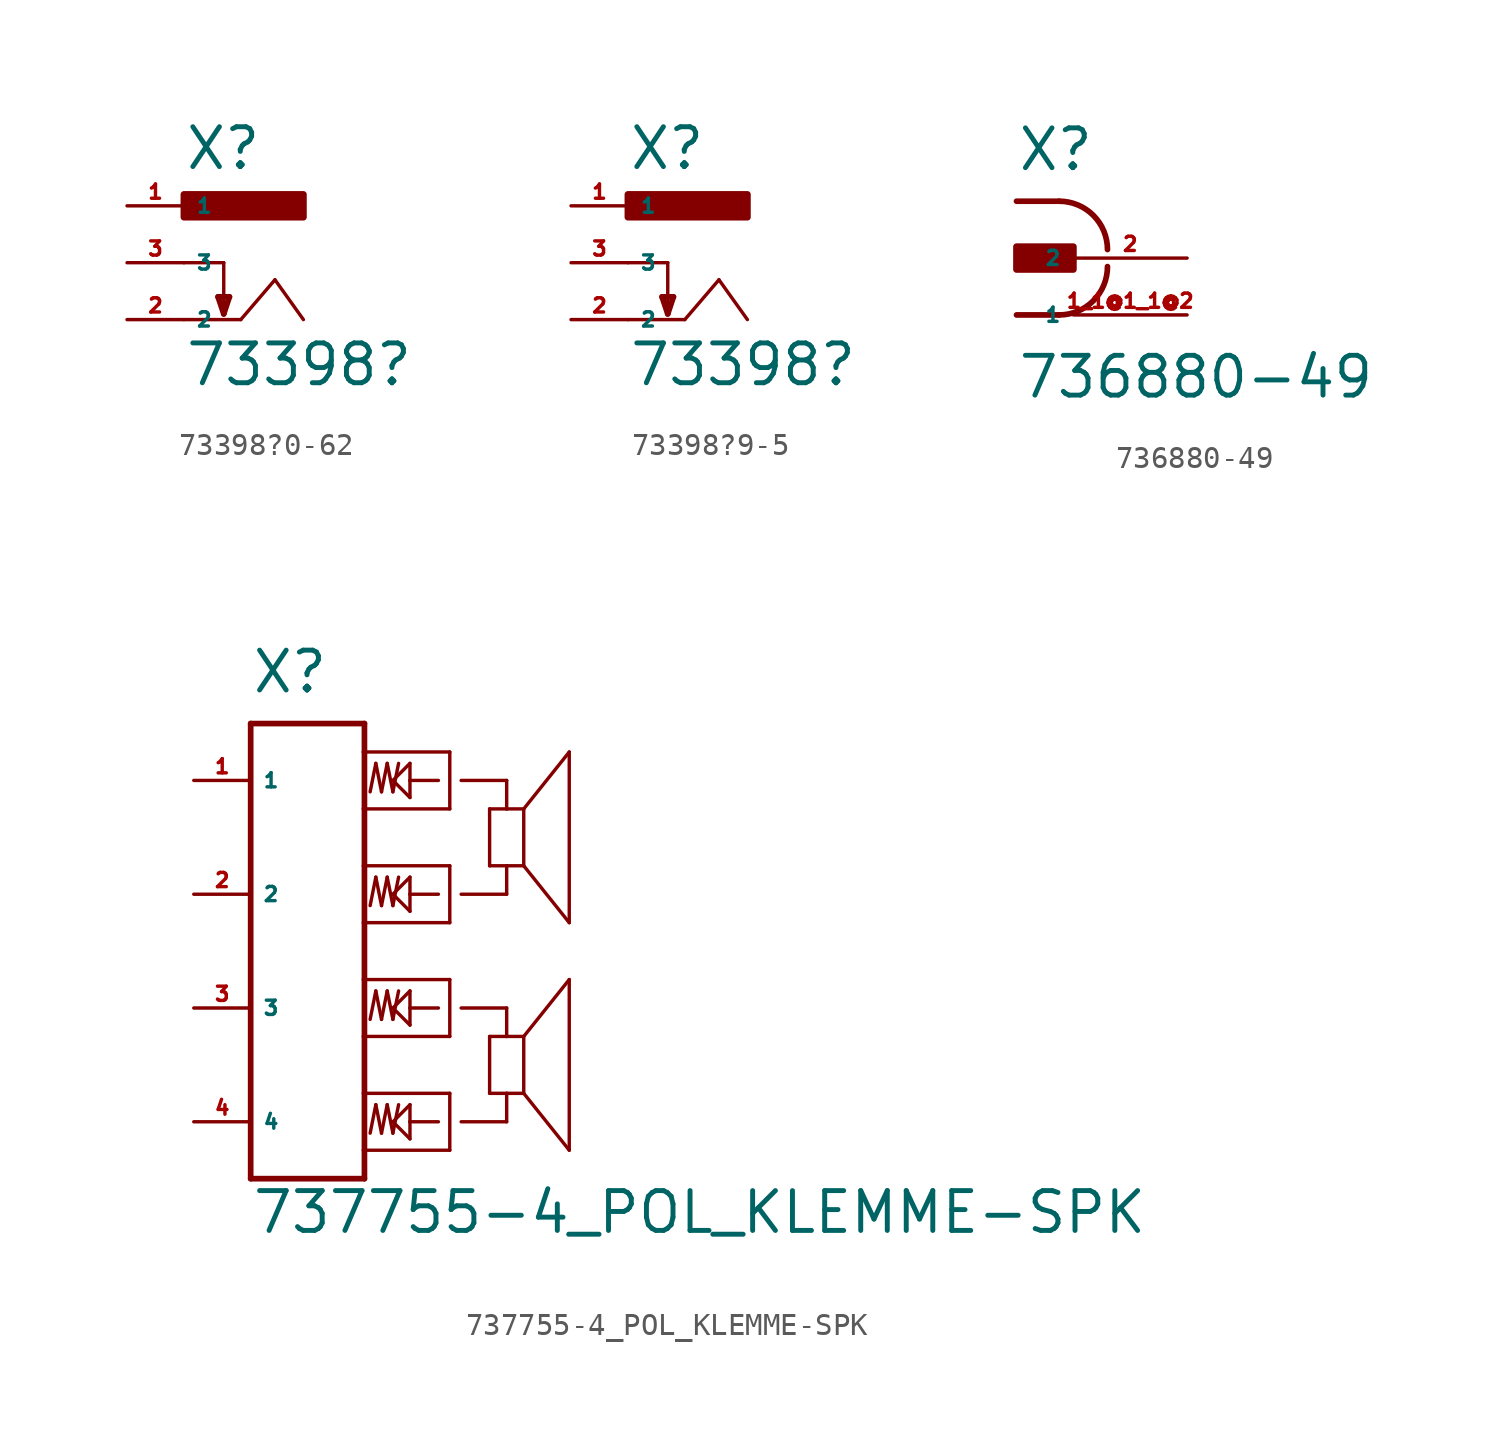
<source format=kicad_sym>
(kicad_symbol_lib
  (version 20220914)
  (generator Eagle2Kicad)
  (symbol "73398?0-62"
    (property "Reference" "X"
      (at -2.54 4.064 0)
      (effects (font (size 1.778 1.778) (thickness 0.22)) (justify left bottom)))
    (property "Value" "73398?"
      (at -2.54 -5.588 0)
      (effects (font (size 1.778 1.778) (thickness 0.22)) (justify left bottom)))
    (polyline
      (pts (xy -2.54 -2.54) (xy 0 -2.54))
      (stroke (width 0.152) (type default))
      (fill (type none)))
    (polyline
      (pts (xy 0 -2.54) (xy 1.524 -0.762))
      (stroke (width 0.152) (type default))
      (fill (type none)))
    (polyline
      (pts (xy 1.524 -0.762) (xy 2.794 -2.54))
      (stroke (width 0.152) (type default))
      (fill (type none)))
    (polyline
      (pts (xy -2.54 0) (xy -0.762 0))
      (stroke (width 0.152) (type default))
      (fill (type none)))
    (polyline
      (pts (xy -0.762 0) (xy -0.762 -2.286))
      (stroke (width 0.152) (type default))
      (fill (type none)))
    (polyline
      (pts (xy -0.762 -2.286) (xy -0.508 -1.524))
      (stroke (width 0.254) (type default))
      (fill (type none)))
    (polyline
      (pts (xy -0.508 -1.524) (xy -1.016 -1.524))
      (stroke (width 0.254) (type default))
      (fill (type none)))
    (polyline
      (pts (xy -1.016 -1.524) (xy -0.762 -2.286))
      (stroke (width 0.254) (type default))
      (fill (type none)))
    (rectangle
      (start -2.54 2.032)
      (end 2.794 3.048)
      (stroke (width 0.3) (type default))
      (fill (type outline)))
    (pin passive line
      (at -5.08 2.54 0)
      (length 2.54)
      (name "1" (effects (font (size 0.635 0.635) (thickness 0.08)) (justify left bottom)))
      (number "1" (effects (font (size 0.635 0.635) (thickness 0.08)) (justify left bottom))))
    (pin passive line
      (at -5.08 -2.54 0)
      (length 2.54)
      (name "2" (effects (font (size 0.635 0.635) (thickness 0.08)) (justify left bottom)))
      (number "2" (effects (font (size 0.635 0.635) (thickness 0.08)) (justify left bottom))))
    (pin passive line
      (at -5.08 0 0)
      (length 2.54)
      (name "3" (effects (font (size 0.635 0.635) (thickness 0.08)) (justify left bottom)))
      (number "3" (effects (font (size 0.635 0.635) (thickness 0.08)) (justify left bottom)))))
  (symbol "73398?9-5"
    (property "Reference" "X"
      (at -2.54 4.064 0)
      (effects (font (size 1.778 1.778) (thickness 0.22)) (justify left bottom)))
    (property "Value" "73398?"
      (at -2.54 -5.588 0)
      (effects (font (size 1.778 1.778) (thickness 0.22)) (justify left bottom)))
    (polyline
      (pts (xy -2.54 -2.54) (xy 0 -2.54))
      (stroke (width 0.152) (type default))
      (fill (type none)))
    (polyline
      (pts (xy 0 -2.54) (xy 1.524 -0.762))
      (stroke (width 0.152) (type default))
      (fill (type none)))
    (polyline
      (pts (xy 1.524 -0.762) (xy 2.794 -2.54))
      (stroke (width 0.152) (type default))
      (fill (type none)))
    (polyline
      (pts (xy -2.54 0) (xy -0.762 0))
      (stroke (width 0.152) (type default))
      (fill (type none)))
    (polyline
      (pts (xy -0.762 0) (xy -0.762 -2.286))
      (stroke (width 0.152) (type default))
      (fill (type none)))
    (polyline
      (pts (xy -0.762 -2.286) (xy -0.508 -1.524))
      (stroke (width 0.254) (type default))
      (fill (type none)))
    (polyline
      (pts (xy -0.508 -1.524) (xy -1.016 -1.524))
      (stroke (width 0.254) (type default))
      (fill (type none)))
    (polyline
      (pts (xy -1.016 -1.524) (xy -0.762 -2.286))
      (stroke (width 0.254) (type default))
      (fill (type none)))
    (rectangle
      (start -2.54 2.032)
      (end 2.794 3.048)
      (stroke (width 0.3) (type default))
      (fill (type outline)))
    (pin passive line
      (at -5.08 2.54 0)
      (length 2.54)
      (name "1" (effects (font (size 0.635 0.635) (thickness 0.08)) (justify left bottom)))
      (number "1" (effects (font (size 0.635 0.635) (thickness 0.08)) (justify left bottom))))
    (pin passive line
      (at -5.08 -2.54 0)
      (length 2.54)
      (name "2" (effects (font (size 0.635 0.635) (thickness 0.08)) (justify left bottom)))
      (number "2" (effects (font (size 0.635 0.635) (thickness 0.08)) (justify left bottom))))
    (pin passive line
      (at -5.08 0 0)
      (length 2.54)
      (name "3" (effects (font (size 0.635 0.635) (thickness 0.08)) (justify left bottom)))
      (number "3" (effects (font (size 0.635 0.635) (thickness 0.08)) (justify left bottom)))))
  (symbol "736880-49"
    (property "Reference" "X"
      (at -5.08 3.81 0)
      (effects (font (size 1.778 1.778) (thickness 0.22)) (justify left bottom)))
    (property "Value" "736880-49"
      (at -5.08 -6.35 0)
      (effects (font (size 1.778 1.778) (thickness 0.22)) (justify left bottom)))
    (polyline
      (pts (xy -5.08 -2.54) (xy -3.175 -2.54))
      (stroke (width 0.254) (type default))
      (fill (type none)))
    (arc
      (start -3.175 -2.54)
      (mid -1.648 -1.908)
      (end -1.016 -0.381)
      (stroke (width 0.254) (type default))
      (fill (type none)))
    (polyline
      (pts (xy -5.08 2.54) (xy -3.175 2.54))
      (stroke (width 0.254) (type default))
      (fill (type none)))
    (arc
      (start -1.016 0.381)
      (mid -1.648 1.908)
      (end -3.175 2.54)
      (stroke (width 0.254) (type default))
      (fill (type none)))
    (rectangle
      (start -5.08 -0.508)
      (end -2.54 0.508)
      (stroke (width 0.3) (type default))
      (fill (type outline)))
    (pin passive line
      (at 2.54 0 180)
      (length 5.08)
      (name "2" (effects (font (size 0.635 0.635) (thickness 0.08)) (justify left bottom)))
      (number "2" (effects (font (size 0.635 0.635) (thickness 0.08)) (justify left bottom))))
    (pin passive line
      (at 2.54 -2.54 180)
      (length 5.08)
      (name "1" (effects (font (size 0.635 0.635) (thickness 0.08)) (justify left bottom)))
      (number "1 1@1 1@2" (effects (font (size 0.635 0.635) (thickness 0.08)) (justify left bottom)))))
  (symbol "737755-4_POL_KLEMME-SPK"
    (property "Reference" "X"
      (at -2.54 11.43 0)
      (effects (font (size 1.778 1.778) (thickness 0.22)) (justify left bottom)))
    (property "Value" "737755-4_POL_KLEMME-SPK"
      (at -2.54 -12.7 0)
      (effects (font (size 1.778 1.778) (thickness 0.22)) (justify left bottom)))
    (polyline
      (pts (xy -2.54 10.16) (xy -2.54 -10.16))
      (stroke (width 0.254) (type default))
      (fill (type none)))
    (polyline
      (pts (xy -2.54 -10.16) (xy 2.54 -10.16))
      (stroke (width 0.254) (type default))
      (fill (type none)))
    (polyline
      (pts (xy 2.54 -10.16) (xy 2.54 -8.89))
      (stroke (width 0.254) (type default))
      (fill (type none)))
    (polyline
      (pts (xy 2.54 -8.89) (xy 2.54 -6.35))
      (stroke (width 0.254) (type default))
      (fill (type none)))
    (polyline
      (pts (xy 2.54 -6.35) (xy 2.54 -3.81))
      (stroke (width 0.254) (type default))
      (fill (type none)))
    (polyline
      (pts (xy 2.54 -3.81) (xy 2.54 -1.27))
      (stroke (width 0.254) (type default))
      (fill (type none)))
    (polyline
      (pts (xy 2.54 -1.27) (xy 2.54 1.27))
      (stroke (width 0.254) (type default))
      (fill (type none)))
    (polyline
      (pts (xy 2.54 1.27) (xy 2.54 3.81))
      (stroke (width 0.254) (type default))
      (fill (type none)))
    (polyline
      (pts (xy 2.54 3.81) (xy 2.54 6.35))
      (stroke (width 0.254) (type default))
      (fill (type none)))
    (polyline
      (pts (xy 2.54 6.35) (xy 2.54 8.89))
      (stroke (width 0.254) (type default))
      (fill (type none)))
    (polyline
      (pts (xy 2.54 8.89) (xy 2.54 10.16))
      (stroke (width 0.254) (type default))
      (fill (type none)))
    (polyline
      (pts (xy 2.54 10.16) (xy -2.54 10.16))
      (stroke (width 0.254) (type default))
      (fill (type none)))
    (polyline
      (pts (xy 2.54 8.89) (xy 6.35 8.89))
      (stroke (width 0.152) (type default))
      (fill (type none)))
    (polyline
      (pts (xy 6.35 8.89) (xy 6.35 6.35))
      (stroke (width 0.152) (type default))
      (fill (type none)))
    (polyline
      (pts (xy 6.35 6.35) (xy 2.54 6.35))
      (stroke (width 0.152) (type default))
      (fill (type none)))
    (polyline
      (pts (xy 2.54 3.81) (xy 6.35 3.81))
      (stroke (width 0.152) (type default))
      (fill (type none)))
    (polyline
      (pts (xy 6.35 3.81) (xy 6.35 1.27))
      (stroke (width 0.152) (type default))
      (fill (type none)))
    (polyline
      (pts (xy 6.35 1.27) (xy 2.54 1.27))
      (stroke (width 0.152) (type default))
      (fill (type none)))
    (polyline
      (pts (xy 2.54 -1.27) (xy 6.35 -1.27))
      (stroke (width 0.152) (type default))
      (fill (type none)))
    (polyline
      (pts (xy 6.35 -1.27) (xy 6.35 -3.81))
      (stroke (width 0.152) (type default))
      (fill (type none)))
    (polyline
      (pts (xy 6.35 -3.81) (xy 2.54 -3.81))
      (stroke (width 0.152) (type default))
      (fill (type none)))
    (polyline
      (pts (xy 2.54 -6.35) (xy 6.35 -6.35))
      (stroke (width 0.152) (type default))
      (fill (type none)))
    (polyline
      (pts (xy 6.35 -6.35) (xy 6.35 -8.89))
      (stroke (width 0.152) (type default))
      (fill (type none)))
    (polyline
      (pts (xy 6.35 -8.89) (xy 2.54 -8.89))
      (stroke (width 0.152) (type default))
      (fill (type none)))
    (polyline
      (pts (xy 5.842 7.62) (xy 4.572 7.62))
      (stroke (width 0.152) (type default))
      (fill (type none)))
    (polyline
      (pts (xy 4.572 7.62) (xy 4.572 8.382))
      (stroke (width 0.152) (type default))
      (fill (type none)))
    (polyline
      (pts (xy 4.572 8.382) (xy 3.81 7.62))
      (stroke (width 0.152) (type default))
      (fill (type none)))
    (polyline
      (pts (xy 3.81 7.62) (xy 4.572 6.858))
      (stroke (width 0.152) (type default))
      (fill (type none)))
    (polyline
      (pts (xy 4.572 6.858) (xy 4.572 7.62))
      (stroke (width 0.152) (type default))
      (fill (type none)))
    (polyline
      (pts (xy 2.794 7.112) (xy 3.048 8.382))
      (stroke (width 0.152) (type default))
      (fill (type none)))
    (polyline
      (pts (xy 3.048 8.382) (xy 3.302 7.112))
      (stroke (width 0.152) (type default))
      (fill (type none)))
    (polyline
      (pts (xy 3.302 7.112) (xy 3.556 8.382))
      (stroke (width 0.152) (type default))
      (fill (type none)))
    (polyline
      (pts (xy 3.556 8.382) (xy 3.81 7.112))
      (stroke (width 0.152) (type default))
      (fill (type none)))
    (polyline
      (pts (xy 3.81 7.112) (xy 4.064 8.382))
      (stroke (width 0.152) (type default))
      (fill (type none)))
    (polyline
      (pts (xy 5.842 2.54) (xy 4.572 2.54))
      (stroke (width 0.152) (type default))
      (fill (type none)))
    (polyline
      (pts (xy 4.572 2.54) (xy 4.572 3.302))
      (stroke (width 0.152) (type default))
      (fill (type none)))
    (polyline
      (pts (xy 4.572 3.302) (xy 3.81 2.54))
      (stroke (width 0.152) (type default))
      (fill (type none)))
    (polyline
      (pts (xy 3.81 2.54) (xy 4.572 1.778))
      (stroke (width 0.152) (type default))
      (fill (type none)))
    (polyline
      (pts (xy 4.572 1.778) (xy 4.572 2.54))
      (stroke (width 0.152) (type default))
      (fill (type none)))
    (polyline
      (pts (xy 2.794 2.032) (xy 3.048 3.302))
      (stroke (width 0.152) (type default))
      (fill (type none)))
    (polyline
      (pts (xy 3.048 3.302) (xy 3.302 2.032))
      (stroke (width 0.152) (type default))
      (fill (type none)))
    (polyline
      (pts (xy 3.302 2.032) (xy 3.556 3.302))
      (stroke (width 0.152) (type default))
      (fill (type none)))
    (polyline
      (pts (xy 3.556 3.302) (xy 3.81 2.032))
      (stroke (width 0.152) (type default))
      (fill (type none)))
    (polyline
      (pts (xy 3.81 2.032) (xy 4.064 3.302))
      (stroke (width 0.152) (type default))
      (fill (type none)))
    (polyline
      (pts (xy 5.842 -2.54) (xy 4.572 -2.54))
      (stroke (width 0.152) (type default))
      (fill (type none)))
    (polyline
      (pts (xy 4.572 -2.54) (xy 4.572 -1.778))
      (stroke (width 0.152) (type default))
      (fill (type none)))
    (polyline
      (pts (xy 4.572 -1.778) (xy 3.81 -2.54))
      (stroke (width 0.152) (type default))
      (fill (type none)))
    (polyline
      (pts (xy 3.81 -2.54) (xy 4.572 -3.302))
      (stroke (width 0.152) (type default))
      (fill (type none)))
    (polyline
      (pts (xy 4.572 -3.302) (xy 4.572 -2.54))
      (stroke (width 0.152) (type default))
      (fill (type none)))
    (polyline
      (pts (xy 2.794 -3.048) (xy 3.048 -1.778))
      (stroke (width 0.152) (type default))
      (fill (type none)))
    (polyline
      (pts (xy 3.048 -1.778) (xy 3.302 -3.048))
      (stroke (width 0.152) (type default))
      (fill (type none)))
    (polyline
      (pts (xy 3.302 -3.048) (xy 3.556 -1.778))
      (stroke (width 0.152) (type default))
      (fill (type none)))
    (polyline
      (pts (xy 3.556 -1.778) (xy 3.81 -3.048))
      (stroke (width 0.152) (type default))
      (fill (type none)))
    (polyline
      (pts (xy 3.81 -3.048) (xy 4.064 -1.778))
      (stroke (width 0.152) (type default))
      (fill (type none)))
    (polyline
      (pts (xy 5.842 -7.62) (xy 4.572 -7.62))
      (stroke (width 0.152) (type default))
      (fill (type none)))
    (polyline
      (pts (xy 4.572 -7.62) (xy 4.572 -6.858))
      (stroke (width 0.152) (type default))
      (fill (type none)))
    (polyline
      (pts (xy 4.572 -6.858) (xy 3.81 -7.62))
      (stroke (width 0.152) (type default))
      (fill (type none)))
    (polyline
      (pts (xy 3.81 -7.62) (xy 4.572 -8.382))
      (stroke (width 0.152) (type default))
      (fill (type none)))
    (polyline
      (pts (xy 4.572 -8.382) (xy 4.572 -7.62))
      (stroke (width 0.152) (type default))
      (fill (type none)))
    (polyline
      (pts (xy 2.794 -8.128) (xy 3.048 -6.858))
      (stroke (width 0.152) (type default))
      (fill (type none)))
    (polyline
      (pts (xy 3.048 -6.858) (xy 3.302 -8.128))
      (stroke (width 0.152) (type default))
      (fill (type none)))
    (polyline
      (pts (xy 3.302 -8.128) (xy 3.556 -6.858))
      (stroke (width 0.152) (type default))
      (fill (type none)))
    (polyline
      (pts (xy 3.556 -6.858) (xy 3.81 -8.128))
      (stroke (width 0.152) (type default))
      (fill (type none)))
    (polyline
      (pts (xy 3.81 -8.128) (xy 4.064 -6.858))
      (stroke (width 0.152) (type default))
      (fill (type none)))
    (polyline
      (pts (xy 6.858 7.62) (xy 8.89 7.62))
      (stroke (width 0.152) (type default))
      (fill (type none)))
    (polyline
      (pts (xy 8.89 7.62) (xy 8.89 6.35))
      (stroke (width 0.152) (type default))
      (fill (type none)))
    (polyline
      (pts (xy 8.89 6.35) (xy 8.128 6.35))
      (stroke (width 0.152) (type default))
      (fill (type none)))
    (polyline
      (pts (xy 8.128 6.35) (xy 8.128 3.81))
      (stroke (width 0.152) (type default))
      (fill (type none)))
    (polyline
      (pts (xy 8.128 3.81) (xy 8.89 3.81))
      (stroke (width 0.152) (type default))
      (fill (type none)))
    (polyline
      (pts (xy 8.89 3.81) (xy 9.652 3.81))
      (stroke (width 0.152) (type default))
      (fill (type none)))
    (polyline
      (pts (xy 9.652 3.81) (xy 9.652 6.35))
      (stroke (width 0.152) (type default))
      (fill (type none)))
    (polyline
      (pts (xy 9.652 6.35) (xy 8.89 6.35))
      (stroke (width 0.152) (type default))
      (fill (type none)))
    (polyline
      (pts (xy 6.858 2.54) (xy 8.89 2.54))
      (stroke (width 0.152) (type default))
      (fill (type none)))
    (polyline
      (pts (xy 8.89 2.54) (xy 8.89 3.81))
      (stroke (width 0.152) (type default))
      (fill (type none)))
    (polyline
      (pts (xy 9.652 6.35) (xy 11.684 8.89))
      (stroke (width 0.152) (type default))
      (fill (type none)))
    (polyline
      (pts (xy 11.684 8.89) (xy 11.684 1.27))
      (stroke (width 0.152) (type default))
      (fill (type none)))
    (polyline
      (pts (xy 11.684 1.27) (xy 9.652 3.81))
      (stroke (width 0.152) (type default))
      (fill (type none)))
    (polyline
      (pts (xy 6.858 -2.54) (xy 8.89 -2.54))
      (stroke (width 0.152) (type default))
      (fill (type none)))
    (polyline
      (pts (xy 8.89 -2.54) (xy 8.89 -3.81))
      (stroke (width 0.152) (type default))
      (fill (type none)))
    (polyline
      (pts (xy 8.89 -3.81) (xy 8.128 -3.81))
      (stroke (width 0.152) (type default))
      (fill (type none)))
    (polyline
      (pts (xy 8.128 -3.81) (xy 8.128 -6.35))
      (stroke (width 0.152) (type default))
      (fill (type none)))
    (polyline
      (pts (xy 8.128 -6.35) (xy 8.89 -6.35))
      (stroke (width 0.152) (type default))
      (fill (type none)))
    (polyline
      (pts (xy 8.89 -6.35) (xy 9.652 -6.35))
      (stroke (width 0.152) (type default))
      (fill (type none)))
    (polyline
      (pts (xy 9.652 -6.35) (xy 9.652 -3.81))
      (stroke (width 0.152) (type default))
      (fill (type none)))
    (polyline
      (pts (xy 9.652 -3.81) (xy 8.89 -3.81))
      (stroke (width 0.152) (type default))
      (fill (type none)))
    (polyline
      (pts (xy 6.858 -7.62) (xy 8.89 -7.62))
      (stroke (width 0.152) (type default))
      (fill (type none)))
    (polyline
      (pts (xy 8.89 -7.62) (xy 8.89 -6.35))
      (stroke (width 0.152) (type default))
      (fill (type none)))
    (polyline
      (pts (xy 9.652 -3.81) (xy 11.684 -1.27))
      (stroke (width 0.152) (type default))
      (fill (type none)))
    (polyline
      (pts (xy 11.684 -1.27) (xy 11.684 -8.89))
      (stroke (width 0.152) (type default))
      (fill (type none)))
    (polyline
      (pts (xy 11.684 -8.89) (xy 9.652 -6.35))
      (stroke (width 0.152) (type default))
      (fill (type none)))
    (pin passive line
      (at -5.08 7.62 0)
      (length 2.54)
      (name "1" (effects (font (size 0.635 0.635) (thickness 0.08)) (justify left bottom)))
      (number "1" (effects (font (size 0.635 0.635) (thickness 0.08)) (justify left bottom))))
    (pin passive line
      (at -5.08 2.54 0)
      (length 2.54)
      (name "2" (effects (font (size 0.635 0.635) (thickness 0.08)) (justify left bottom)))
      (number "2" (effects (font (size 0.635 0.635) (thickness 0.08)) (justify left bottom))))
    (pin passive line
      (at -5.08 -2.54 0)
      (length 2.54)
      (name "3" (effects (font (size 0.635 0.635) (thickness 0.08)) (justify left bottom)))
      (number "3" (effects (font (size 0.635 0.635) (thickness 0.08)) (justify left bottom))))
    (pin passive line
      (at -5.08 -7.62 0)
      (length 2.54)
      (name "4" (effects (font (size 0.635 0.635) (thickness 0.08)) (justify left bottom)))
      (number "4" (effects (font (size 0.635 0.635) (thickness 0.08)) (justify left bottom))))))
</source>
